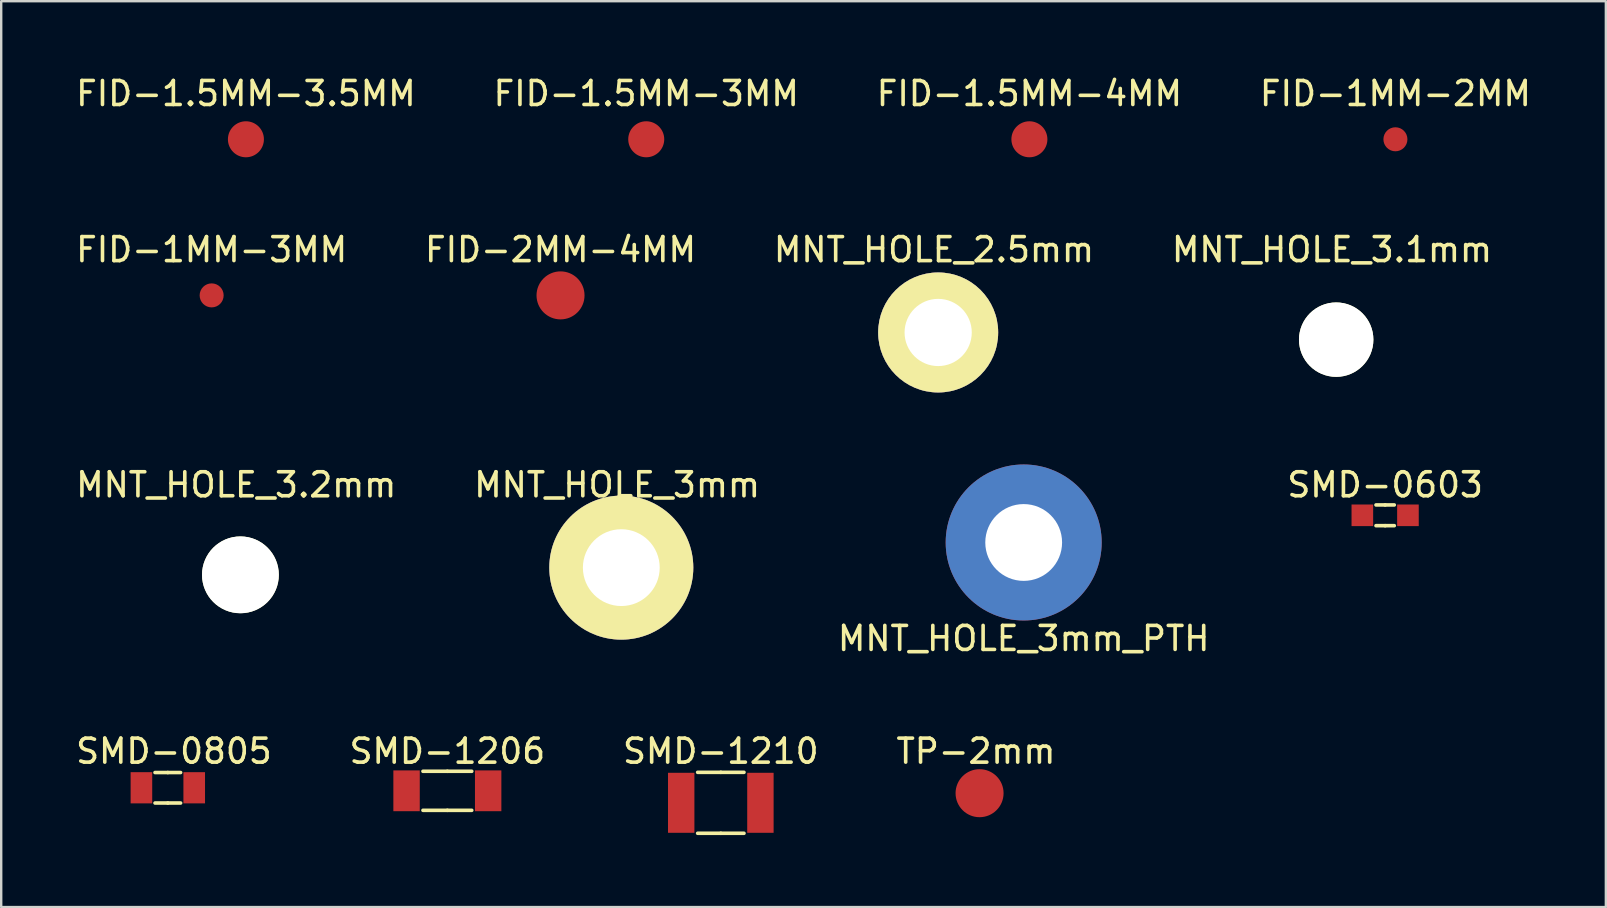
<source format=kicad_pcb>
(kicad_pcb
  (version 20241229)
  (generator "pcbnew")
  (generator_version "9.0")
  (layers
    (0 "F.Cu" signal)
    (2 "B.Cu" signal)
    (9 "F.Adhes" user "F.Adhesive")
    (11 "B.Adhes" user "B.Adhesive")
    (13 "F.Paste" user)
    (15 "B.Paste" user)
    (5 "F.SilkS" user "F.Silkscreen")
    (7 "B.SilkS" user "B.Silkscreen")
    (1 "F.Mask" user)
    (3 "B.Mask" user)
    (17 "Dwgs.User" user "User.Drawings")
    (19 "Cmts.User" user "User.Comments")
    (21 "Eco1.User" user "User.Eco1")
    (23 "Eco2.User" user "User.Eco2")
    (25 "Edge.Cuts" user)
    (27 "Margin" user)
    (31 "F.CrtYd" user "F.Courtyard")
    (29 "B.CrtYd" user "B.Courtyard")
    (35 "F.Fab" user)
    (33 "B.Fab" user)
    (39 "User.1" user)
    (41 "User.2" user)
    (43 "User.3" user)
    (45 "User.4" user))
  (footprint "MNT_HOLE_3.1mm"
    (layer "F.Cu")
    (at 52.621 11.101)
    (property "Reference" "MNT_HOLE_3.1mm" (at -0.175 -3.75 0) (layer "F.SilkS") (effects (font (size 1 1) (thickness 0.15))))
    (attr through_hole)
    (pad "" np_thru_hole circle (at 0 0) (size 3.1 3.1) (drill 3.1) (layers "*.Cu" "*.Mask" "F.SilkS")))
  (footprint "SMD-0805"
    (layer "F.Cu")
    (at 3.942 29.772)
    (property "Reference" "SMD-0805" (at 0.254 -1.524 0) (layer "F.SilkS") (effects (font (size 1 1) (thickness 0.15))))
    (attr smd)
    (fp_line (start 0 -0.635) (end -0.533 -0.635) (stroke (width 0.15) (type solid)) (layer "F.SilkS"))
    (fp_line (start 0 -0.635) (end 0.533 -0.635) (stroke (width 0.15) (type solid)) (layer "F.SilkS"))
    (fp_line (start 0 0.635) (end -0.533 0.635) (stroke (width 0.15) (type solid)) (layer "F.SilkS"))
    (fp_line (start 0 0.635) (end 0.533 0.635) (stroke (width 0.15) (type solid)) (layer "F.SilkS"))
    (pad "1" smd rect (at -1.1 0) (size 0.9 1.3) (layers "F.Cu" "F.Mask" "F.Paste"))
    (pad "2" smd rect (at 1.1 0) (size 0.9 1.3) (layers "F.Cu" "F.Mask" "F.Paste")))
  (footprint "FID-1.5MM-3MM"
    (layer "F.Cu")
    (at 23.875 2.753)
    (property "Reference" "FID-1.5MM-3MM" (at 0 -1.905 0) (layer "F.SilkS") (effects (font (size 1 1) (thickness 0.15))))
    (attr through_hole)
    (pad "1" smd circle (at 0 0) (size 1.5 1.5) (layers "F.Cu" "F.Mask" "F.Paste")))
  (footprint "MNT_HOLE_3mm"
    (layer "F.Cu")
    (at 22.836 20.6)
    (property "Reference" "MNT_HOLE_3mm" (at -0.175 -3.45 0) (layer "F.SilkS") (effects (font (size 1 1) (thickness 0.15))))
    (attr through_hole)
    (pad "1" thru_hole circle (at 0 0) (size 6 6) (drill 3.2) (layers "*.Cu" "*.Mask" "F.SilkS")))
  (footprint "FID-1MM-3MM"
    (layer "F.Cu")
    (at 5.768 9.257)
    (property "Reference" "FID-1MM-3MM" (at 0 -1.905 0) (layer "F.SilkS") (effects (font (size 1 1) (thickness 0.15))))
    (attr through_hole)
    (pad "1" smd circle (at 0 0) (size 1 1) (layers "F.Cu" "F.Mask" "F.Paste")))
  (footprint "FID-1.5MM-3.5MM"
    (layer "F.Cu")
    (at 7.196 2.753)
    (property "Reference" "FID-1.5MM-3.5MM" (at 0 -1.905 0) (layer "F.SilkS") (effects (font (size 1 1) (thickness 0.15))))
    (attr through_hole)
    (pad "1" smd circle (at 0 0) (size 1.5 1.5) (layers "F.Cu" "F.Mask" "F.Paste")))
  (footprint "MNT_HOLE_3.2mm"
    (layer "F.Cu")
    (at 6.967 20.9)
    (property "Reference" "MNT_HOLE_3.2mm" (at -0.175 -3.75 0) (layer "F.SilkS") (effects (font (size 1 1) (thickness 0.15))))
    (attr through_hole)
    (pad "" np_thru_hole circle (at 0 0) (size 3.2 3.2) (drill 3.2) (layers "*.Cu" "*.Mask" "F.SilkS")))
  (footprint "MNT_HOLE_2.5mm"
    (layer "F.Cu")
    (at 36.038 10.802)
    (property "Reference" "MNT_HOLE_2.5mm" (at -0.175 -3.45 0) (layer "F.SilkS") (effects (font (size 1 1) (thickness 0.15))))
    (attr through_hole)
    (pad "1" thru_hole circle (at 0 0) (size 5 5) (drill 2.8) (layers "*.Cu" "*.Mask" "F.SilkS")))
  (footprint "SMD-1210"
    (layer "F.Cu")
    (at 26.982 30.398)
    (property "Reference" "SMD-1210" (at 0 -2.15 0) (layer "F.SilkS") (effects (font (size 1 1) (thickness 0.15))))
    (attr smd)
    (fp_line (start 0 -1.27) (end -0.965 -1.27) (stroke (width 0.15) (type solid)) (layer "F.SilkS"))
    (fp_line (start 0 -1.27) (end 0.965 -1.27) (stroke (width 0.15) (type solid)) (layer "F.SilkS"))
    (fp_line (start 0 1.27) (end -0.965 1.27) (stroke (width 0.15) (type solid)) (layer "F.SilkS"))
    (fp_line (start 0 1.27) (end 0.965 1.27) (stroke (width 0.15) (type solid)) (layer "F.SilkS"))
    (pad "1" smd rect (at -1.65 0) (size 1.1 2.5) (layers "F.Cu" "F.Mask" "F.Paste"))
    (pad "2" smd rect (at 1.65 0) (size 1.1 2.5) (layers "F.Cu" "F.Mask" "F.Paste")))
  (footprint "FID-1.5MM-4MM"
    (layer "F.Cu")
    (at 39.839 2.753)
    (property "Reference" "FID-1.5MM-4MM" (at 0 -1.905 0) (layer "F.SilkS") (effects (font (size 1 1) (thickness 0.15))))
    (attr through_hole)
    (pad "1" smd circle (at 0 0) (size 1.5 1.5) (layers "F.Cu" "F.Mask" "F.Paste")))
  (footprint "FID-1MM-2MM"
    (layer "F.Cu")
    (at 55.089 2.753)
    (property "Reference" "FID-1MM-2MM" (at 0 -1.905 0) (layer "F.SilkS") (effects (font (size 1 1) (thickness 0.15))))
    (attr through_hole)
    (pad "1" smd circle (at 0 0) (size 1 1) (layers "F.Cu" "F.Mask" "F.Paste")))
  (footprint "SMD-1206"
    (layer "F.Cu")
    (at 15.589 29.898)
    (property "Reference" "SMD-1206" (at 0 -1.65 0) (layer "F.SilkS") (effects (font (size 1 1) (thickness 0.15))))
    (attr smd)
    (fp_line (start 0 -0.813) (end -1.016 -0.813) (stroke (width 0.15) (type solid)) (layer "F.SilkS"))
    (fp_line (start 0 -0.813) (end 1.016 -0.813) (stroke (width 0.15) (type solid)) (layer "F.SilkS"))
    (fp_line (start 0 0.813) (end -1.016 0.813) (stroke (width 0.15) (type solid)) (layer "F.SilkS"))
    (fp_line (start 0 0.813) (end 1.016 0.813) (stroke (width 0.15) (type solid)) (layer "F.SilkS"))
    (pad "1" smd rect (at -1.7 0) (size 1.1 1.7) (layers "F.Cu" "F.Mask" "F.Paste"))
    (pad "2" smd rect (at 1.7 0) (size 1.1 1.7) (layers "F.Cu" "F.Mask" "F.Paste")))
  (footprint "FID-2MM-4MM"
    (layer "F.Cu")
    (at 20.304 9.257)
    (property "Reference" "FID-2MM-4MM" (at 0 -1.905 0) (layer "F.SilkS") (effects (font (size 1 1) (thickness 0.15))))
    (attr through_hole)
    (pad "1" smd circle (at 0 0) (size 2 2) (layers "F.Cu" "F.Mask" "F.Paste")))
  (footprint "MNT_HOLE_3mm_PTH"
    (layer "F.Cu")
    (at 39.601 19.552)
    (property "Reference" "MNT_HOLE_3mm_PTH" (at 0 4 0) (layer "F.SilkS") (effects (font (size 1 1) (thickness 0.15))))
    (attr through_hole)
    (pad "1" thru_hole circle (at 0 0) (size 6.5 6.5) (drill 3.2) (layers "*.Cu" "*.Mask")))
  (footprint "TP-2mm"
    (layer "F.Cu")
    (at 37.763 29.998)
    (property "Reference" "TP-2mm" (at -0.15 -1.75 0) (layer "F.SilkS") (effects (font (size 1 1) (thickness 0.15))))
    (attr through_hole)
    (pad "1" smd circle (at 0 0) (size 2 2) (layers "F.Cu" "F.Mask" "F.Paste")))
  (footprint "SMD-0603"
    (layer "F.Cu")
    (at 54.661 18.42)
    (property "Reference" "SMD-0603" (at 0 -1.27 0) (layer "F.SilkS") (effects (font (size 1 1) (thickness 0.15))))
    (attr smd)
    (fp_line (start 0 -0.432) (end -0.381 -0.432) (stroke (width 0.15) (type solid)) (layer "F.SilkS"))
    (fp_line (start 0 -0.432) (end 0.381 -0.432) (stroke (width 0.15) (type solid)) (layer "F.SilkS"))
    (fp_line (start 0 0.432) (end -0.381 0.432) (stroke (width 0.15) (type solid)) (layer "F.SilkS"))
    (fp_line (start 0 0.432) (end 0.381 0.432) (stroke (width 0.15) (type solid)) (layer "F.SilkS"))
    (pad "1" smd rect (at -0.95 0) (size 0.9 0.9) (layers "F.Cu" "F.Mask" "F.Paste"))
    (pad "2" smd rect (at 0.95 0) (size 0.9 0.9) (layers "F.Cu" "F.Mask" "F.Paste")))
  (gr_rect
    (start -3 -3)
    (end 63.857 34.743)
    (stroke (width 0.1) (type default))
    (fill no)
    (layer "Edge.Cuts")))
</source>
